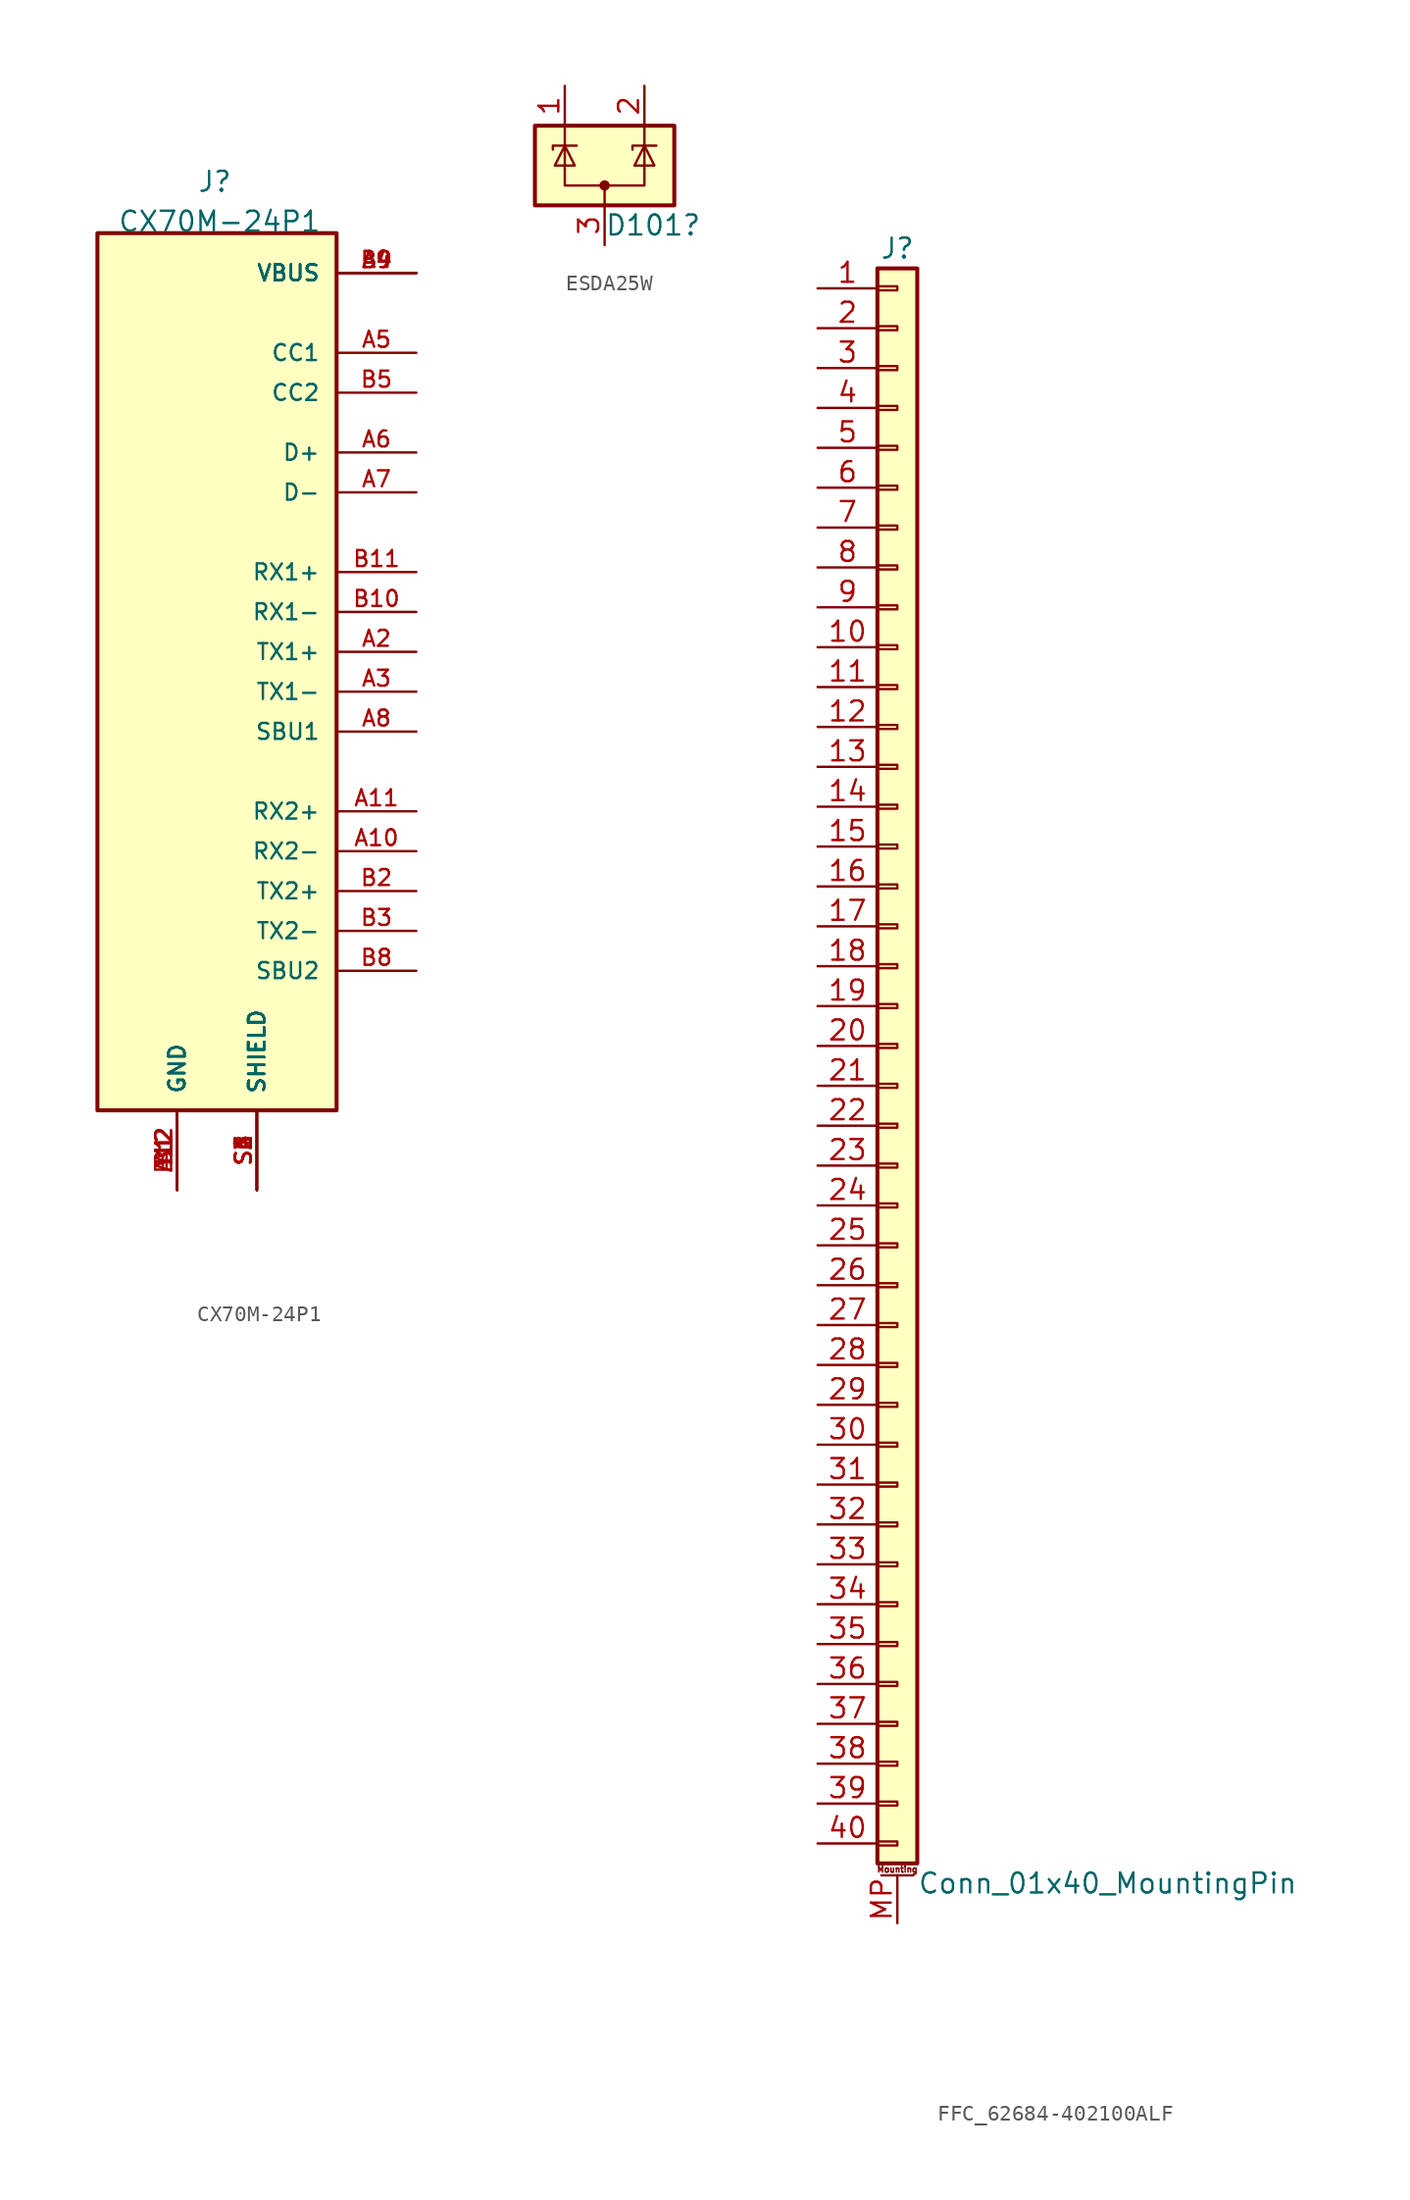
<source format=kicad_sym>
(kicad_symbol_lib
  (version 20220914)
  (generator kicad_symbol_editor)
  (symbol "CX70M-24P1"
    (pin_names
      (offset 1.016))
    (property "Reference" "J"
      (at -1.27 35.56 0)
      (effects (font (size 1.27 1.27)) (justify left bottom)))
    (property "Value" "CX70M-24P1"
      (at -6.35 33.02 0)
      (effects (font (size 1.27 1.27)) (justify left bottom)))
    (symbol "CX70M-24P1_0_0"
      (rectangle (start -7.62 33.02) (end 7.62 -22.86) (stroke (width 0.254) (type default)) (fill (type background)))
      (pin power_in line (at -2.54 -27.94 90) (length 5.08) (name "GND" (effects (font (size 1.016 1.016)))) (number "A1" (effects (font (size 1.016 1.016)))))
      (pin bidirectional line (at 12.7 -6.35 180) (length 5.08) (name "RX2-" (effects (font (size 1.016 1.016)))) (number "A10" (effects (font (size 1.016 1.016)))))
      (pin bidirectional line (at 12.7 -3.81 180) (length 5.08) (name "RX2+" (effects (font (size 1.016 1.016)))) (number "A11" (effects (font (size 1.016 1.016)))))
      (pin power_in line (at -2.54 -27.94 90) (length 5.08) (name "GND" (effects (font (size 1.016 1.016)))) (number "A12" (effects (font (size 1.016 1.016)))))
      (pin bidirectional line (at 12.7 6.35 180) (length 5.08) (name "TX1+" (effects (font (size 1.016 1.016)))) (number "A2" (effects (font (size 1.016 1.016)))))
      (pin bidirectional line (at 12.7 3.81 180) (length 5.08) (name "TX1-" (effects (font (size 1.016 1.016)))) (number "A3" (effects (font (size 1.016 1.016)))))
      (pin power_in line (at 12.7 30.48 180) (length 5.08) (name "VBUS" (effects (font (size 1.016 1.016)))) (number "A4" (effects (font (size 1.016 1.016)))))
      (pin bidirectional line (at 12.7 25.4 180) (length 5.08) (name "CC1" (effects (font (size 1.016 1.016)))) (number "A5" (effects (font (size 1.016 1.016)))))
      (pin bidirectional line (at 12.7 19.05 180) (length 5.08) (name "D+" (effects (font (size 1.016 1.016)))) (number "A6" (effects (font (size 1.016 1.016)))))
      (pin bidirectional line (at 12.7 16.51 180) (length 5.08) (name "D-" (effects (font (size 1.016 1.016)))) (number "A7" (effects (font (size 1.016 1.016)))))
      (pin bidirectional line (at 12.7 1.27 180) (length 5.08) (name "SBU1" (effects (font (size 1.016 1.016)))) (number "A8" (effects (font (size 1.016 1.016)))))
      (pin power_in line (at 12.7 30.48 180) (length 5.08) (name "VBUS" (effects (font (size 1.016 1.016)))) (number "A9" (effects (font (size 1.016 1.016)))))
      (pin power_in line (at -2.54 -27.94 90) (length 5.08) (name "GND" (effects (font (size 1.016 1.016)))) (number "B1" (effects (font (size 1.016 1.016)))))
      (pin bidirectional line (at 12.7 8.89 180) (length 5.08) (name "RX1-" (effects (font (size 1.016 1.016)))) (number "B10" (effects (font (size 1.016 1.016)))))
      (pin bidirectional line (at 12.7 11.43 180) (length 5.08) (name "RX1+" (effects (font (size 1.016 1.016)))) (number "B11" (effects (font (size 1.016 1.016)))))
      (pin power_in line (at -2.54 -27.94 90) (length 5.08) (name "GND" (effects (font (size 1.016 1.016)))) (number "B12" (effects (font (size 1.016 1.016)))))
      (pin bidirectional line (at 12.7 -8.89 180) (length 5.08) (name "TX2+" (effects (font (size 1.016 1.016)))) (number "B2" (effects (font (size 1.016 1.016)))))
      (pin bidirectional line (at 12.7 -11.43 180) (length 5.08) (name "TX2-" (effects (font (size 1.016 1.016)))) (number "B3" (effects (font (size 1.016 1.016)))))
      (pin power_in line (at 12.7 30.48 180) (length 5.08) (name "VBUS" (effects (font (size 1.016 1.016)))) (number "B4" (effects (font (size 1.016 1.016)))))
      (pin bidirectional line (at 12.7 22.86 180) (length 5.08) (name "CC2" (effects (font (size 1.016 1.016)))) (number "B5" (effects (font (size 1.016 1.016)))))
      (pin bidirectional line (at 12.7 19.05 180) (length 5.08) hide (name "D+" (effects (font (size 1.016 1.016)))) (number "B6" (effects (font (size 1.016 1.016)))))
      (pin bidirectional line (at 12.7 16.51 180) (length 5.08) hide (name "D-" (effects (font (size 1.016 1.016)))) (number "B7" (effects (font (size 1.016 1.016)))))
      (pin bidirectional line (at 12.7 -13.97 180) (length 5.08) (name "SBU2" (effects (font (size 1.016 1.016)))) (number "B8" (effects (font (size 1.016 1.016)))))
      (pin power_in line (at 12.7 30.48 180) (length 5.08) (name "VBUS" (effects (font (size 1.016 1.016)))) (number "B9" (effects (font (size 1.016 1.016)))))
      (pin power_in line (at 2.54 -27.94 90) (length 5.08) (name "SHIELD" (effects (font (size 1.016 1.016)))) (number "S1" (effects (font (size 1.016 1.016)))))
      (pin power_in line (at 2.54 -27.94 90) (length 5.08) (name "SHIELD" (effects (font (size 1.016 1.016)))) (number "S2" (effects (font (size 1.016 1.016)))))
      (pin power_in line (at 2.54 -27.94 90) (length 5.08) (name "SHIELD" (effects (font (size 1.016 1.016)))) (number "S3" (effects (font (size 1.016 1.016)))))
      (pin power_in line (at 2.54 -27.94 90) (length 5.08) (name "SHIELD" (effects (font (size 1.016 1.016)))) (number "S4" (effects (font (size 1.016 1.016)))))
      (pin power_in line (at 2.54 -27.94 90) (length 5.08) (name "SHIELD" (effects (font (size 1.016 1.016)))) (number "S5" (effects (font (size 1.016 1.016)))))
      (pin power_in line (at 2.54 -27.94 90) (length 5.08) (name "SHIELD" (effects (font (size 1.016 1.016)))) (number "S6" (effects (font (size 1.016 1.016)))))))
  (symbol "ESDA25W"
    (pin_names hide)
    (property "Reference" "D101"
      (at 0 -3.81 0)
      (effects (font (size 1.27 1.27)) (justify left)))
    (symbol "ESDA25W_0_0"
      (pin passive line (at 0 -5.08 90) (length 2.54) (name "A" (effects (font (size 1.27 1.27)))) (number "3" (effects (font (size 1.27 1.27))))))
    (symbol "ESDA25W_0_1"
      (rectangle (start -4.445 2.54) (end 4.445 -2.54) (stroke (width 0.254) (type default)) (fill (type background)))
      (circle (center 0 -1.27) (radius 0.254) (stroke (width 0) (type default)) (fill (type outline)))
      (polyline (pts (xy -2.54 2.54) (xy -2.54 1.27)) (stroke (width 0) (type default)) (fill (type none)))
      (polyline (pts (xy 0 -1.27) (xy 0 -2.54)) (stroke (width 0) (type default)) (fill (type none)))
      (polyline (pts (xy 2.54 2.54) (xy 2.54 1.27)) (stroke (width 0) (type default)) (fill (type none)))
      (polyline (pts (xy -3.302 1.016) (xy -3.302 1.27) (xy -1.905 1.27) (xy -1.778 1.27)) (stroke (width 0) (type default)) (fill (type none)))
      (polyline (pts (xy -2.54 1.27) (xy -2.54 -1.27) (xy 2.54 -1.27) (xy 2.54 1.27)) (stroke (width 0) (type default)) (fill (type none)))
      (polyline (pts (xy -2.54 1.27) (xy -1.905 0) (xy -3.175 0) (xy -2.54 1.27)) (stroke (width 0) (type default)) (fill (type none)))
      (polyline (pts (xy 1.778 1.016) (xy 1.778 1.27) (xy 3.175 1.27) (xy 3.302 1.27)) (stroke (width 0) (type default)) (fill (type none)))
      (polyline (pts (xy 2.54 1.27) (xy 1.905 0) (xy 3.175 0) (xy 2.54 1.27)) (stroke (width 0) (type default)) (fill (type none))))
    (symbol "ESDA25W_1_1"
      (pin passive line (at -2.54 5.08 270) (length 2.54) (name "K" (effects (font (size 1.27 1.27)))) (number "1" (effects (font (size 1.27 1.27)))))
      (pin passive line (at 2.54 5.08 270) (length 2.54) (name "K" (effects (font (size 1.27 1.27)))) (number "2" (effects (font (size 1.27 1.27)))))))
  (symbol "FFC_62684-402100ALF"
    (pin_names
      (offset 1.016) hide)
    (property "Reference" "J"
      (at 0 50.8 0)
      (effects (font (size 1.27 1.27))))
    (property "Value" "Conn_01x40_MountingPin"
      (at 1.27 -53.34 0)
      (effects (font (size 1.27 1.27)) (justify left)))
    (symbol "FFC_62684-402100ALF_1_1"
      (rectangle (start -1.27 -50.673) (end 0 -50.927) (stroke (width 0.152) (type default)) (fill (type none)))
      (rectangle (start -1.27 -48.133) (end 0 -48.387) (stroke (width 0.152) (type default)) (fill (type none)))
      (rectangle (start -1.27 -45.593) (end 0 -45.847) (stroke (width 0.152) (type default)) (fill (type none)))
      (rectangle (start -1.27 -43.053) (end 0 -43.307) (stroke (width 0.152) (type default)) (fill (type none)))
      (rectangle (start -1.27 -40.513) (end 0 -40.767) (stroke (width 0.152) (type default)) (fill (type none)))
      (rectangle (start -1.27 -37.973) (end 0 -38.227) (stroke (width 0.152) (type default)) (fill (type none)))
      (rectangle (start -1.27 -35.433) (end 0 -35.687) (stroke (width 0.152) (type default)) (fill (type none)))
      (rectangle (start -1.27 -32.893) (end 0 -33.147) (stroke (width 0.152) (type default)) (fill (type none)))
      (rectangle (start -1.27 -30.353) (end 0 -30.607) (stroke (width 0.152) (type default)) (fill (type none)))
      (rectangle (start -1.27 -27.813) (end 0 -28.067) (stroke (width 0.152) (type default)) (fill (type none)))
      (rectangle (start -1.27 -25.273) (end 0 -25.527) (stroke (width 0.152) (type default)) (fill (type none)))
      (rectangle (start -1.27 -22.733) (end 0 -22.987) (stroke (width 0.152) (type default)) (fill (type none)))
      (rectangle (start -1.27 -20.193) (end 0 -20.447) (stroke (width 0.152) (type default)) (fill (type none)))
      (rectangle (start -1.27 -17.653) (end 0 -17.907) (stroke (width 0.152) (type default)) (fill (type none)))
      (rectangle (start -1.27 -15.113) (end 0 -15.367) (stroke (width 0.152) (type default)) (fill (type none)))
      (rectangle (start -1.27 -12.573) (end 0 -12.827) (stroke (width 0.152) (type default)) (fill (type none)))
      (rectangle (start -1.27 -10.033) (end 0 -10.287) (stroke (width 0.152) (type default)) (fill (type none)))
      (rectangle (start -1.27 -7.493) (end 0 -7.747) (stroke (width 0.152) (type default)) (fill (type none)))
      (rectangle (start -1.27 -4.953) (end 0 -5.207) (stroke (width 0.152) (type default)) (fill (type none)))
      (rectangle (start -1.27 -2.413) (end 0 -2.667) (stroke (width 0.152) (type default)) (fill (type none)))
      (rectangle (start -1.27 0.127) (end 0 -0.127) (stroke (width 0.152) (type default)) (fill (type none)))
      (rectangle (start -1.27 2.667) (end 0 2.413) (stroke (width 0.152) (type default)) (fill (type none)))
      (rectangle (start -1.27 5.207) (end 0 4.953) (stroke (width 0.152) (type default)) (fill (type none)))
      (rectangle (start -1.27 7.747) (end 0 7.493) (stroke (width 0.152) (type default)) (fill (type none)))
      (rectangle (start -1.27 10.287) (end 0 10.033) (stroke (width 0.152) (type default)) (fill (type none)))
      (rectangle (start -1.27 12.827) (end 0 12.573) (stroke (width 0.152) (type default)) (fill (type none)))
      (rectangle (start -1.27 15.367) (end 0 15.113) (stroke (width 0.152) (type default)) (fill (type none)))
      (rectangle (start -1.27 17.907) (end 0 17.653) (stroke (width 0.152) (type default)) (fill (type none)))
      (rectangle (start -1.27 20.447) (end 0 20.193) (stroke (width 0.152) (type default)) (fill (type none)))
      (rectangle (start -1.27 22.987) (end 0 22.733) (stroke (width 0.152) (type default)) (fill (type none)))
      (rectangle (start -1.27 25.527) (end 0 25.273) (stroke (width 0.152) (type default)) (fill (type none)))
      (rectangle (start -1.27 28.067) (end 0 27.813) (stroke (width 0.152) (type default)) (fill (type none)))
      (rectangle (start -1.27 30.607) (end 0 30.353) (stroke (width 0.152) (type default)) (fill (type none)))
      (rectangle (start -1.27 33.147) (end 0 32.893) (stroke (width 0.152) (type default)) (fill (type none)))
      (rectangle (start -1.27 35.687) (end 0 35.433) (stroke (width 0.152) (type default)) (fill (type none)))
      (rectangle (start -1.27 38.227) (end 0 37.973) (stroke (width 0.152) (type default)) (fill (type none)))
      (rectangle (start -1.27 40.767) (end 0 40.513) (stroke (width 0.152) (type default)) (fill (type none)))
      (rectangle (start -1.27 43.307) (end 0 43.053) (stroke (width 0.152) (type default)) (fill (type none)))
      (rectangle (start -1.27 45.847) (end 0 45.593) (stroke (width 0.152) (type default)) (fill (type none)))
      (rectangle (start -1.27 48.387) (end 0 48.133) (stroke (width 0.152) (type default)) (fill (type none)))
      (rectangle (start -1.27 49.53) (end 1.27 -52.07) (stroke (width 0.254) (type default)) (fill (type background)))
      (polyline (pts (xy -1.016 -52.832) (xy 1.016 -52.832)) (stroke (width 0.152) (type default)) (fill (type none)))
      (text "Mounting" (at 0 -52.451 0) (effects (font (size 0.381 0.381))))
      (pin passive line (at -5.08 48.26 0) (length 3.81) (name "Pin_1" (effects (font (size 1.27 1.27)))) (number "1" (effects (font (size 1.27 1.27)))))
      (pin passive line (at -5.08 25.4 0) (length 3.81) (name "Pin_10" (effects (font (size 1.27 1.27)))) (number "10" (effects (font (size 1.27 1.27)))))
      (pin passive line (at -5.08 22.86 0) (length 3.81) (name "Pin_11" (effects (font (size 1.27 1.27)))) (number "11" (effects (font (size 1.27 1.27)))))
      (pin passive line (at -5.08 20.32 0) (length 3.81) (name "Pin_12" (effects (font (size 1.27 1.27)))) (number "12" (effects (font (size 1.27 1.27)))))
      (pin passive line (at -5.08 17.78 0) (length 3.81) (name "Pin_13" (effects (font (size 1.27 1.27)))) (number "13" (effects (font (size 1.27 1.27)))))
      (pin passive line (at -5.08 15.24 0) (length 3.81) (name "Pin_14" (effects (font (size 1.27 1.27)))) (number "14" (effects (font (size 1.27 1.27)))))
      (pin passive line (at -5.08 12.7 0) (length 3.81) (name "Pin_15" (effects (font (size 1.27 1.27)))) (number "15" (effects (font (size 1.27 1.27)))))
      (pin passive line (at -5.08 10.16 0) (length 3.81) (name "Pin_16" (effects (font (size 1.27 1.27)))) (number "16" (effects (font (size 1.27 1.27)))))
      (pin passive line (at -5.08 7.62 0) (length 3.81) (name "Pin_17" (effects (font (size 1.27 1.27)))) (number "17" (effects (font (size 1.27 1.27)))))
      (pin passive line (at -5.08 5.08 0) (length 3.81) (name "Pin_18" (effects (font (size 1.27 1.27)))) (number "18" (effects (font (size 1.27 1.27)))))
      (pin passive line (at -5.08 2.54 0) (length 3.81) (name "Pin_19" (effects (font (size 1.27 1.27)))) (number "19" (effects (font (size 1.27 1.27)))))
      (pin passive line (at -5.08 45.72 0) (length 3.81) (name "Pin_2" (effects (font (size 1.27 1.27)))) (number "2" (effects (font (size 1.27 1.27)))))
      (pin passive line (at -5.08 0 0) (length 3.81) (name "Pin_20" (effects (font (size 1.27 1.27)))) (number "20" (effects (font (size 1.27 1.27)))))
      (pin passive line (at -5.08 -2.54 0) (length 3.81) (name "Pin_21" (effects (font (size 1.27 1.27)))) (number "21" (effects (font (size 1.27 1.27)))))
      (pin passive line (at -5.08 -5.08 0) (length 3.81) (name "Pin_22" (effects (font (size 1.27 1.27)))) (number "22" (effects (font (size 1.27 1.27)))))
      (pin passive line (at -5.08 -7.62 0) (length 3.81) (name "Pin_23" (effects (font (size 1.27 1.27)))) (number "23" (effects (font (size 1.27 1.27)))))
      (pin passive line (at -5.08 -10.16 0) (length 3.81) (name "Pin_24" (effects (font (size 1.27 1.27)))) (number "24" (effects (font (size 1.27 1.27)))))
      (pin passive line (at -5.08 -12.7 0) (length 3.81) (name "Pin_25" (effects (font (size 1.27 1.27)))) (number "25" (effects (font (size 1.27 1.27)))))
      (pin passive line (at -5.08 -15.24 0) (length 3.81) (name "Pin_26" (effects (font (size 1.27 1.27)))) (number "26" (effects (font (size 1.27 1.27)))))
      (pin passive line (at -5.08 -17.78 0) (length 3.81) (name "Pin_27" (effects (font (size 1.27 1.27)))) (number "27" (effects (font (size 1.27 1.27)))))
      (pin passive line (at -5.08 -20.32 0) (length 3.81) (name "Pin_28" (effects (font (size 1.27 1.27)))) (number "28" (effects (font (size 1.27 1.27)))))
      (pin passive line (at -5.08 -22.86 0) (length 3.81) (name "Pin_29" (effects (font (size 1.27 1.27)))) (number "29" (effects (font (size 1.27 1.27)))))
      (pin passive line (at -5.08 43.18 0) (length 3.81) (name "Pin_3" (effects (font (size 1.27 1.27)))) (number "3" (effects (font (size 1.27 1.27)))))
      (pin passive line (at -5.08 -25.4 0) (length 3.81) (name "Pin_30" (effects (font (size 1.27 1.27)))) (number "30" (effects (font (size 1.27 1.27)))))
      (pin passive line (at -5.08 -27.94 0) (length 3.81) (name "Pin_31" (effects (font (size 1.27 1.27)))) (number "31" (effects (font (size 1.27 1.27)))))
      (pin passive line (at -5.08 -30.48 0) (length 3.81) (name "Pin_32" (effects (font (size 1.27 1.27)))) (number "32" (effects (font (size 1.27 1.27)))))
      (pin passive line (at -5.08 -33.02 0) (length 3.81) (name "Pin_33" (effects (font (size 1.27 1.27)))) (number "33" (effects (font (size 1.27 1.27)))))
      (pin passive line (at -5.08 -35.56 0) (length 3.81) (name "Pin_34" (effects (font (size 1.27 1.27)))) (number "34" (effects (font (size 1.27 1.27)))))
      (pin passive line (at -5.08 -38.1 0) (length 3.81) (name "Pin_35" (effects (font (size 1.27 1.27)))) (number "35" (effects (font (size 1.27 1.27)))))
      (pin passive line (at -5.08 -40.64 0) (length 3.81) (name "Pin_36" (effects (font (size 1.27 1.27)))) (number "36" (effects (font (size 1.27 1.27)))))
      (pin passive line (at -5.08 -43.18 0) (length 3.81) (name "Pin_37" (effects (font (size 1.27 1.27)))) (number "37" (effects (font (size 1.27 1.27)))))
      (pin passive line (at -5.08 -45.72 0) (length 3.81) (name "Pin_38" (effects (font (size 1.27 1.27)))) (number "38" (effects (font (size 1.27 1.27)))))
      (pin passive line (at -5.08 -48.26 0) (length 3.81) (name "Pin_39" (effects (font (size 1.27 1.27)))) (number "39" (effects (font (size 1.27 1.27)))))
      (pin passive line (at -5.08 40.64 0) (length 3.81) (name "Pin_4" (effects (font (size 1.27 1.27)))) (number "4" (effects (font (size 1.27 1.27)))))
      (pin passive line (at -5.08 -50.8 0) (length 3.81) (name "Pin_40" (effects (font (size 1.27 1.27)))) (number "40" (effects (font (size 1.27 1.27)))))
      (pin passive line (at -5.08 38.1 0) (length 3.81) (name "Pin_5" (effects (font (size 1.27 1.27)))) (number "5" (effects (font (size 1.27 1.27)))))
      (pin passive line (at -5.08 35.56 0) (length 3.81) (name "Pin_6" (effects (font (size 1.27 1.27)))) (number "6" (effects (font (size 1.27 1.27)))))
      (pin passive line (at -5.08 33.02 0) (length 3.81) (name "Pin_7" (effects (font (size 1.27 1.27)))) (number "7" (effects (font (size 1.27 1.27)))))
      (pin passive line (at -5.08 30.48 0) (length 3.81) (name "Pin_8" (effects (font (size 1.27 1.27)))) (number "8" (effects (font (size 1.27 1.27)))))
      (pin passive line (at -5.08 27.94 0) (length 3.81) (name "Pin_9" (effects (font (size 1.27 1.27)))) (number "9" (effects (font (size 1.27 1.27)))))
      (pin passive line (at 0 -55.88 90) (length 3.048) (name "MountPin" (effects (font (size 1.27 1.27)))) (number "MP" (effects (font (size 1.27 1.27))))))))
</source>
